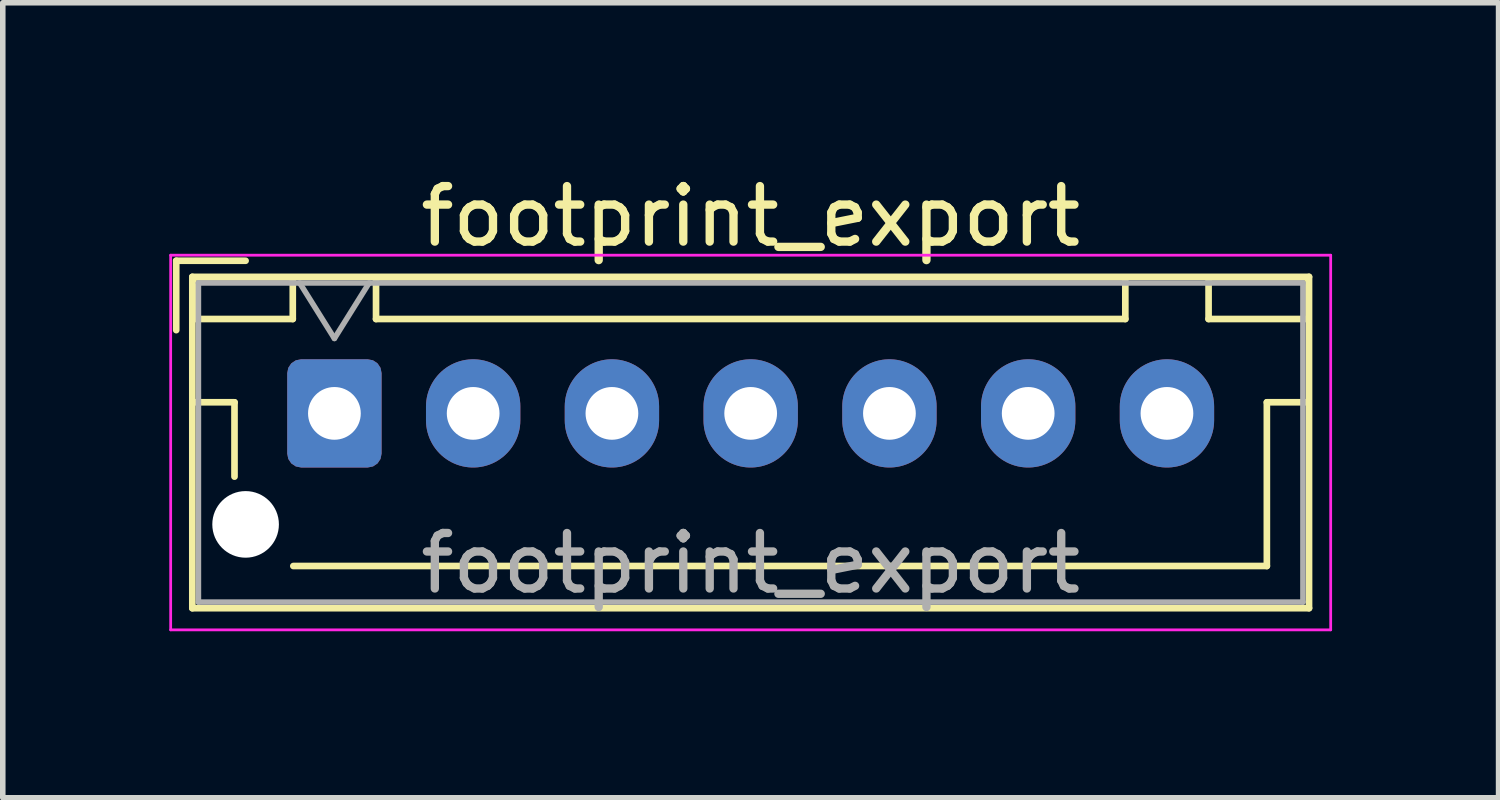
<source format=kicad_pcb>
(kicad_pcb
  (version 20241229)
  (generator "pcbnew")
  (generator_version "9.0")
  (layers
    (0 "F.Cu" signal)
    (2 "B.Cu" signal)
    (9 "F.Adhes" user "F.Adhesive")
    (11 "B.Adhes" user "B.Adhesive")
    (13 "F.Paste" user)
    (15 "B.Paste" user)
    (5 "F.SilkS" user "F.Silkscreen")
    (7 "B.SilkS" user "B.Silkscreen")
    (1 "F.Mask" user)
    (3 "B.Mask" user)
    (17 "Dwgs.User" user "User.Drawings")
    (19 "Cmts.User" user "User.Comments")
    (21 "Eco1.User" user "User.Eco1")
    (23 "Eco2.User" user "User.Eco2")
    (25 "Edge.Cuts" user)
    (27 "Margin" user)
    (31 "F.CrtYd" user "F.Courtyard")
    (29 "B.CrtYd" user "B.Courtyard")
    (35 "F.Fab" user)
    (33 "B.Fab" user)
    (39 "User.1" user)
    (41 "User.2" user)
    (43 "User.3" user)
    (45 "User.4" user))
  (footprint "footprint_export"
    (layer "F.Cu")
    (at 2.975 4.398)
    (property "Reference" "footprint_export" (at 7.5 -3.55 0) (layer "F.SilkS") (effects (font (size 1 1) (thickness 0.15))))
    (attr through_hole)
    (fp_line (start -2.85 -2.75) (end -2.85 -1.5) (stroke (width 0.12) (type solid)) (layer "F.SilkS"))
    (fp_line (start -2.56 -2.46) (end -2.56 3.51) (stroke (width 0.12) (type solid)) (layer "F.SilkS"))
    (fp_line (start -2.56 3.51) (end 17.56 3.51) (stroke (width 0.12) (type solid)) (layer "F.SilkS"))
    (fp_line (start -2.55 -2.45) (end -2.55 -1.7) (stroke (width 0.12) (type solid)) (layer "F.SilkS"))
    (fp_line (start -2.55 -1.7) (end -0.75 -1.7) (stroke (width 0.12) (type solid)) (layer "F.SilkS"))
    (fp_line (start -2.55 -0.2) (end -1.8 -0.2) (stroke (width 0.12) (type solid)) (layer "F.SilkS"))
    (fp_line (start -1.8 -0.2) (end -1.8 1.14) (stroke (width 0.12) (type solid)) (layer "F.SilkS"))
    (fp_line (start -1.6 -2.75) (end -2.85 -2.75) (stroke (width 0.12) (type solid)) (layer "F.SilkS"))
    (fp_line (start -0.75 -2.45) (end -2.55 -2.45) (stroke (width 0.12) (type solid)) (layer "F.SilkS"))
    (fp_line (start -0.75 -1.7) (end -0.75 -2.45) (stroke (width 0.12) (type solid)) (layer "F.SilkS"))
    (fp_line (start 0.75 -2.45) (end 0.75 -1.7) (stroke (width 0.12) (type solid)) (layer "F.SilkS"))
    (fp_line (start 0.75 -1.7) (end 14.25 -1.7) (stroke (width 0.12) (type solid)) (layer "F.SilkS"))
    (fp_line (start 7.5 2.75) (end -0.74 2.75) (stroke (width 0.12) (type solid)) (layer "F.SilkS"))
    (fp_line (start 14.25 -2.45) (end 0.75 -2.45) (stroke (width 0.12) (type solid)) (layer "F.SilkS"))
    (fp_line (start 14.25 -1.7) (end 14.25 -2.45) (stroke (width 0.12) (type solid)) (layer "F.SilkS"))
    (fp_line (start 15.75 -2.45) (end 15.75 -1.7) (stroke (width 0.12) (type solid)) (layer "F.SilkS"))
    (fp_line (start 15.75 -1.7) (end 17.55 -1.7) (stroke (width 0.12) (type solid)) (layer "F.SilkS"))
    (fp_line (start 16.8 -0.2) (end 16.8 2.75) (stroke (width 0.12) (type solid)) (layer "F.SilkS"))
    (fp_line (start 16.8 2.75) (end 7.5 2.75) (stroke (width 0.12) (type solid)) (layer "F.SilkS"))
    (fp_line (start 17.55 -2.45) (end 15.75 -2.45) (stroke (width 0.12) (type solid)) (layer "F.SilkS"))
    (fp_line (start 17.55 -1.7) (end 17.55 -2.45) (stroke (width 0.12) (type solid)) (layer "F.SilkS"))
    (fp_line (start 17.55 -0.2) (end 16.8 -0.2) (stroke (width 0.12) (type solid)) (layer "F.SilkS"))
    (fp_line (start 17.56 -2.46) (end -2.56 -2.46) (stroke (width 0.12) (type solid)) (layer "F.SilkS"))
    (fp_line (start 17.56 3.51) (end 17.56 -2.46) (stroke (width 0.12) (type solid)) (layer "F.SilkS"))
    (fp_line (start -2.95 -2.85) (end -2.95 3.9) (stroke (width 0.05) (type solid)) (layer "F.CrtYd"))
    (fp_line (start -2.95 3.9) (end 17.95 3.9) (stroke (width 0.05) (type solid)) (layer "F.CrtYd"))
    (fp_line (start 17.95 -2.85) (end -2.95 -2.85) (stroke (width 0.05) (type solid)) (layer "F.CrtYd"))
    (fp_line (start 17.95 3.9) (end 17.95 -2.85) (stroke (width 0.05) (type solid)) (layer "F.CrtYd"))
    (fp_line (start -2.45 -2.35) (end -2.45 3.4) (stroke (width 0.1) (type solid)) (layer "F.Fab"))
    (fp_line (start -2.45 3.4) (end 17.45 3.4) (stroke (width 0.1) (type solid)) (layer "F.Fab"))
    (fp_line (start -0.625 -2.35) (end 0 -1.35) (stroke (width 0.1) (type solid)) (layer "F.Fab"))
    (fp_line (start 0 -1.35) (end 0.625 -2.35) (stroke (width 0.1) (type solid)) (layer "F.Fab"))
    (fp_line (start 17.45 -2.35) (end -2.45 -2.35) (stroke (width 0.1) (type solid)) (layer "F.Fab"))
    (fp_line (start 17.45 3.4) (end 17.45 -2.35) (stroke (width 0.1) (type solid)) (layer "F.Fab"))
    (fp_text user "${REFERENCE}" (at 7.5 2.7 0) (layer "F.Fab") (effects (font (size 1 1) (thickness 0.15))))
    (pad "" np_thru_hole circle (at -1.6 2) (size 1.2 1.2) (drill 1.2) (layers "*.Cu" "*.Mask"))
    (pad "1" thru_hole roundrect (at 0 0) (size 1.7 1.95) (drill 0.95) (layers "*.Cu" "*.Mask") (roundrect_rratio 0.147))
    (pad "2" thru_hole oval (at 2.5 0) (size 1.7 1.95) (drill 0.95) (layers "*.Cu" "*.Mask"))
    (pad "3" thru_hole oval (at 5 0) (size 1.7 1.95) (drill 0.95) (layers "*.Cu" "*.Mask"))
    (pad "4" thru_hole oval (at 7.5 0) (size 1.7 1.95) (drill 0.95) (layers "*.Cu" "*.Mask"))
    (pad "5" thru_hole oval (at 10 0) (size 1.7 1.95) (drill 0.95) (layers "*.Cu" "*.Mask"))
    (pad "6" thru_hole oval (at 12.5 0) (size 1.7 1.95) (drill 0.95) (layers "*.Cu" "*.Mask"))
    (pad "7" thru_hole oval (at 15 0) (size 1.7 1.95) (drill 0.95) (layers "*.Cu" "*.Mask")))
  (gr_rect
    (start -3 -3)
    (end 23.95 11.323)
    (stroke (width 0.1) (type default))
    (fill no)
    (layer "Edge.Cuts")))
</source>
